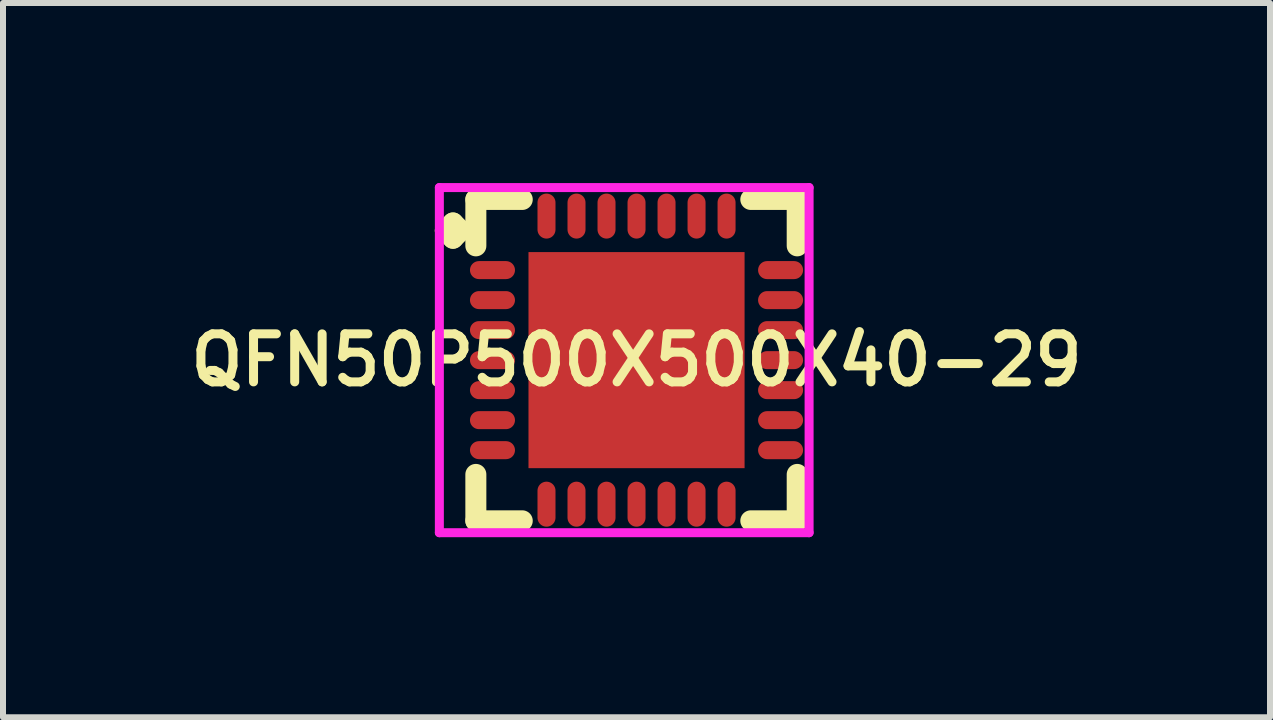
<source format=kicad_pcb>
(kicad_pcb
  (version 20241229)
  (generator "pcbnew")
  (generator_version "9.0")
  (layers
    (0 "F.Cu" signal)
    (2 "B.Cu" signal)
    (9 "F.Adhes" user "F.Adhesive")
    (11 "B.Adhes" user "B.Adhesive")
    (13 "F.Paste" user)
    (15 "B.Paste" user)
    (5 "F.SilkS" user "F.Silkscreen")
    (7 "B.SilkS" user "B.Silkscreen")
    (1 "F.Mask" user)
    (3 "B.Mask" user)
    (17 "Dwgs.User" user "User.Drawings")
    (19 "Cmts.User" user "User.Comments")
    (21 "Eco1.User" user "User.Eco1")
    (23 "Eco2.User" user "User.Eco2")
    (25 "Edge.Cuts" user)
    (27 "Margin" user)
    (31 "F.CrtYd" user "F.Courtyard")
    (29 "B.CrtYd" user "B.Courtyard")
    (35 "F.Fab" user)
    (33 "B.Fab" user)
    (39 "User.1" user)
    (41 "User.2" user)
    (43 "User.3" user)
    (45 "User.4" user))
  (footprint "QFN50P500X500X40-29"
    (layer "F.Cu")
    (at 7.555 2.95)
    (property "Reference" "QFN50P500X500X40-29" (at 0 0 0) (layer "F.SilkS") (effects (font (size 0.8 0.8) (thickness 0.15))))
    (attr smd)
    (fp_line (start -3.185 -2.158) (end -3.058 -2.285) (stroke (width 0.35) (type solid)) (layer "F.SilkS"))
    (fp_line (start -3.058 -2.285) (end -2.931 -2.158) (stroke (width 0.35) (type solid)) (layer "F.SilkS"))
    (fp_line (start -3.058 -2.031) (end -3.185 -2.158) (stroke (width 0.35) (type solid)) (layer "F.SilkS"))
    (fp_line (start -2.931 -2.158) (end -3.058 -2.031) (stroke (width 0.35) (type solid)) (layer "F.SilkS"))
    (fp_line (start -2.677 -2.677) (end -1.904 -2.677) (stroke (width 0.35) (type solid)) (layer "F.SilkS"))
    (fp_line (start -2.677 -1.904) (end -2.677 -2.677) (stroke (width 0.35) (type solid)) (layer "F.SilkS"))
    (fp_line (start -2.677 1.904) (end -2.677 2.677) (stroke (width 0.35) (type solid)) (layer "F.SilkS"))
    (fp_line (start -2.677 2.677) (end -1.904 2.677) (stroke (width 0.35) (type solid)) (layer "F.SilkS"))
    (fp_line (start 1.904 -2.677) (end 2.677 -2.677) (stroke (width 0.35) (type solid)) (layer "F.SilkS"))
    (fp_line (start 1.904 2.677) (end 2.677 2.677) (stroke (width 0.35) (type solid)) (layer "F.SilkS"))
    (fp_line (start 2.677 -2.677) (end 2.677 -1.904) (stroke (width 0.35) (type solid)) (layer "F.SilkS"))
    (fp_line (start 2.677 2.677) (end 2.677 1.904) (stroke (width 0.35) (type solid)) (layer "F.SilkS"))
    (fp_line (start -3.285 -2.875) (end 2.875 -2.875) (stroke (width 0.15) (type solid)) (layer "F.CrtYd"))
    (fp_line (start -3.285 2.875) (end -3.285 -2.875) (stroke (width 0.15) (type solid)) (layer "F.CrtYd"))
    (fp_line (start 2.875 -2.875) (end 2.875 2.875) (stroke (width 0.15) (type solid)) (layer "F.CrtYd"))
    (fp_line (start 2.875 2.875) (end -3.285 2.875) (stroke (width 0.15) (type solid)) (layer "F.CrtYd"))
    (pad "1" smd oval (at -2.4 -1.5) (size 0.75 0.3) (layers "F.Cu" "F.Mask" "F.Paste"))
    (pad "2" smd oval (at -2.4 -1) (size 0.75 0.3) (layers "F.Cu" "F.Mask" "F.Paste"))
    (pad "3" smd oval (at -2.4 -0.5) (size 0.75 0.3) (layers "F.Cu" "F.Mask" "F.Paste"))
    (pad "4" smd oval (at -2.4 0) (size 0.75 0.3) (layers "F.Cu" "F.Mask" "F.Paste"))
    (pad "5" smd oval (at -2.4 0.5) (size 0.75 0.3) (layers "F.Cu" "F.Mask" "F.Paste"))
    (pad "6" smd oval (at -2.4 1) (size 0.75 0.3) (layers "F.Cu" "F.Mask" "F.Paste"))
    (pad "7" smd oval (at -2.4 1.5) (size 0.75 0.3) (layers "F.Cu" "F.Mask" "F.Paste"))
    (pad "8" smd oval (at -1.5 2.4) (size 0.3 0.75) (layers "F.Cu" "F.Mask" "F.Paste"))
    (pad "9" smd oval (at -1 2.4) (size 0.3 0.75) (layers "F.Cu" "F.Mask" "F.Paste"))
    (pad "10" smd oval (at -0.5 2.4) (size 0.3 0.75) (layers "F.Cu" "F.Mask" "F.Paste"))
    (pad "11" smd oval (at 0 2.4) (size 0.3 0.75) (layers "F.Cu" "F.Mask" "F.Paste"))
    (pad "12" smd oval (at 0.5 2.4) (size 0.3 0.75) (layers "F.Cu" "F.Mask" "F.Paste"))
    (pad "13" smd oval (at 1 2.4) (size 0.3 0.75) (layers "F.Cu" "F.Mask" "F.Paste"))
    (pad "14" smd oval (at 1.5 2.4) (size 0.3 0.75) (layers "F.Cu" "F.Mask" "F.Paste"))
    (pad "15" smd oval (at 2.4 1.5) (size 0.75 0.3) (layers "F.Cu" "F.Mask" "F.Paste"))
    (pad "16" smd oval (at 2.4 1) (size 0.75 0.3) (layers "F.Cu" "F.Mask" "F.Paste"))
    (pad "17" smd oval (at 2.4 0.5) (size 0.75 0.3) (layers "F.Cu" "F.Mask" "F.Paste"))
    (pad "18" smd oval (at 2.4 0) (size 0.75 0.3) (layers "F.Cu" "F.Mask" "F.Paste"))
    (pad "19" smd oval (at 2.4 -0.5) (size 0.75 0.3) (layers "F.Cu" "F.Mask" "F.Paste"))
    (pad "20" smd oval (at 2.4 -1) (size 0.75 0.3) (layers "F.Cu" "F.Mask" "F.Paste"))
    (pad "21" smd oval (at 2.4 -1.5) (size 0.75 0.3) (layers "F.Cu" "F.Mask" "F.Paste"))
    (pad "22" smd oval (at 1.5 -2.4) (size 0.3 0.75) (layers "F.Cu" "F.Mask" "F.Paste"))
    (pad "23" smd oval (at 1 -2.4) (size 0.3 0.75) (layers "F.Cu" "F.Mask" "F.Paste"))
    (pad "24" smd oval (at 0.5 -2.4) (size 0.3 0.75) (layers "F.Cu" "F.Mask" "F.Paste"))
    (pad "25" smd oval (at 0 -2.4) (size 0.3 0.75) (layers "F.Cu" "F.Mask" "F.Paste"))
    (pad "26" smd oval (at -0.5 -2.4) (size 0.3 0.75) (layers "F.Cu" "F.Mask" "F.Paste"))
    (pad "27" smd oval (at -1 -2.4) (size 0.3 0.75) (layers "F.Cu" "F.Mask" "F.Paste"))
    (pad "28" smd oval (at -1.5 -2.4) (size 0.3 0.75) (layers "F.Cu" "F.Mask" "F.Paste"))
    (pad "29" smd rect (at 0 0) (size 3.6 3.6) (layers "F.Cu" "F.Mask" "F.Paste")))
  (gr_rect
    (start -3 -3)
    (end 18.109 8.9)
    (stroke (width 0.1) (type default))
    (fill no)
    (layer "Edge.Cuts")))
</source>
